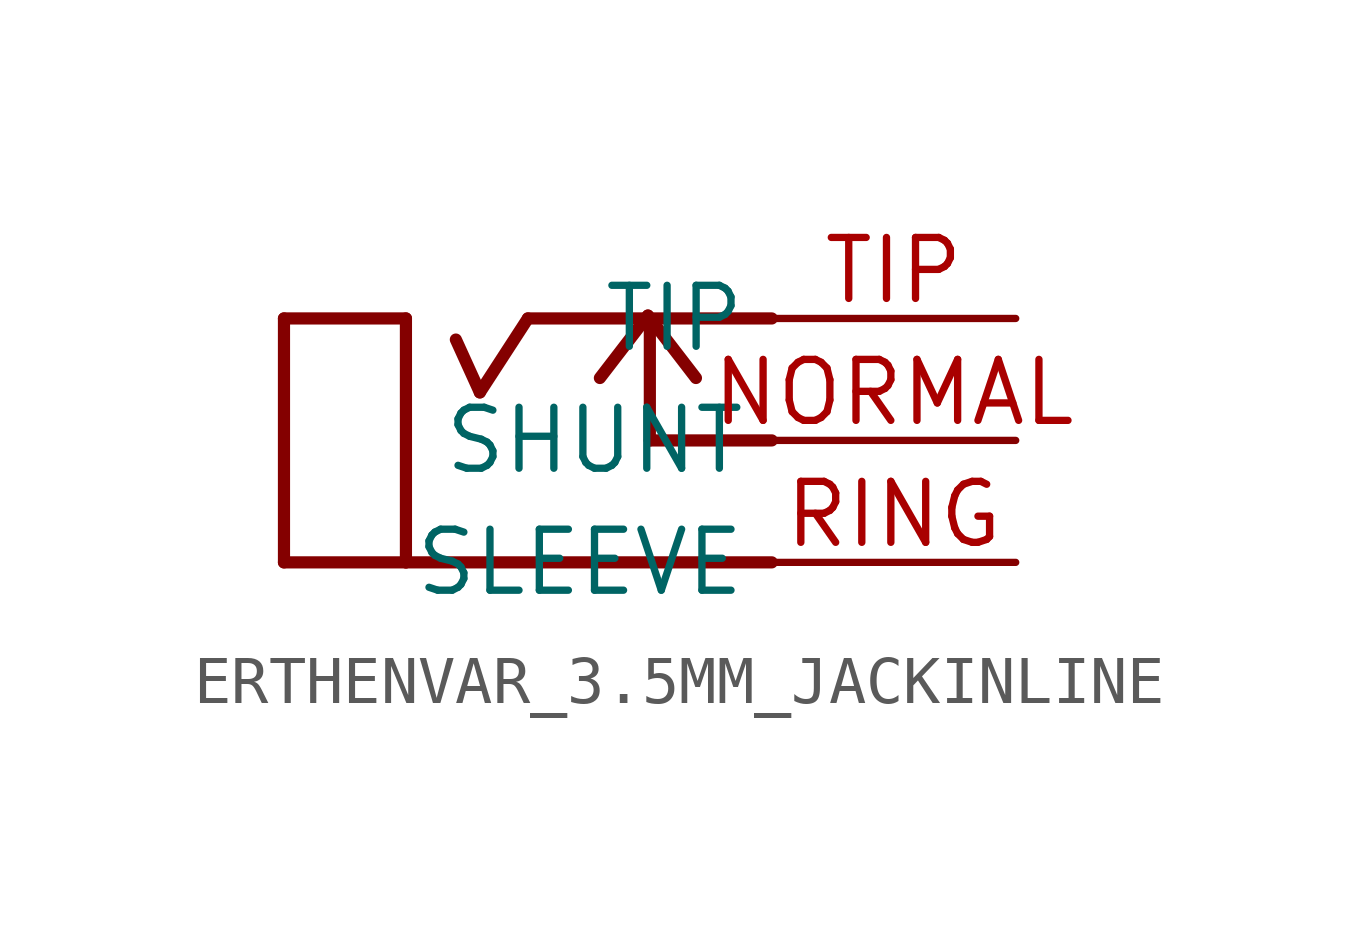
<source format=kicad_sym>
(kicad_symbol_lib
  (version 20211014)
  (generator kicad_symbol_editor)
  (symbol "ERTHENVAR_3.5MM_JACKINLINE"
    (property "Reference" ""
      (at 0 0 0)
      (effects (font (size 1.27 1.27)) hide))
    (property "ki_locked" ""
      (at 0 0 0)
      (effects (font (size 1.27 1.27))))
    (symbol "ERTHENVAR_3.5MM_JACKINLINE_1_0"
      (polyline (pts (xy -5.08 -2.54) (xy -5.08 2.54)) (stroke (width 0.254) (type default) (color 0 0 0 0)) (fill (type none)))
      (polyline (pts (xy -5.08 -2.54) (xy -2.54 -2.54)) (stroke (width 0.254) (type default) (color 0 0 0 0)) (fill (type none)))
      (polyline (pts (xy -5.08 2.54) (xy -2.54 2.54)) (stroke (width 0.254) (type default) (color 0 0 0 0)) (fill (type none)))
      (polyline (pts (xy -2.54 -2.54) (xy 5.08 -2.54)) (stroke (width 0.254) (type default) (color 0 0 0 0)) (fill (type none)))
      (polyline (pts (xy -2.54 2.54) (xy -2.54 -2.54)) (stroke (width 0.254) (type default) (color 0 0 0 0)) (fill (type none)))
      (polyline (pts (xy -1 1) (xy -1.5 2.1)) (stroke (width 0.254) (type default) (color 0 0 0 0)) (fill (type none)))
      (polyline (pts (xy -1 1) (xy 0 2.54)) (stroke (width 0.254) (type default) (color 0 0 0 0)) (fill (type none)))
      (polyline (pts (xy 0 2.54) (xy 2.54 2.54)) (stroke (width 0.254) (type default) (color 0 0 0 0)) (fill (type none)))
      (polyline (pts (xy 2.5 2.6) (xy 1.5 1.3)) (stroke (width 0.254) (type default) (color 0 0 0 0)) (fill (type none)))
      (polyline (pts (xy 2.5 2.6) (xy 3.5 1.3)) (stroke (width 0.254) (type default) (color 0 0 0 0)) (fill (type none)))
      (polyline (pts (xy 2.54 0) (xy 2.54 2.54)) (stroke (width 0.254) (type default) (color 0 0 0 0)) (fill (type none)))
      (polyline (pts (xy 2.54 2.54) (xy 5.08 2.54)) (stroke (width 0.254) (type default) (color 0 0 0 0)) (fill (type none)))
      (polyline (pts (xy 5.08 0) (xy 2.54 0)) (stroke (width 0.254) (type default) (color 0 0 0 0)) (fill (type none)))
      (pin bidirectional line (at 10.16 0 180) (length 5.08) (name "SHUNT" (effects (font (size 1.27 1.27)))) (number "NORMAL" (effects (font (size 1.27 1.27)))))
      (pin bidirectional line (at 10.16 -2.54 180) (length 5.08) (name "SLEEVE" (effects (font (size 1.27 1.27)))) (number "RING" (effects (font (size 1.27 1.27)))))
      (pin bidirectional line (at 10.16 2.54 180) (length 5.08) (name "TIP" (effects (font (size 1.27 1.27)))) (number "TIP" (effects (font (size 1.27 1.27))))))))
</source>
